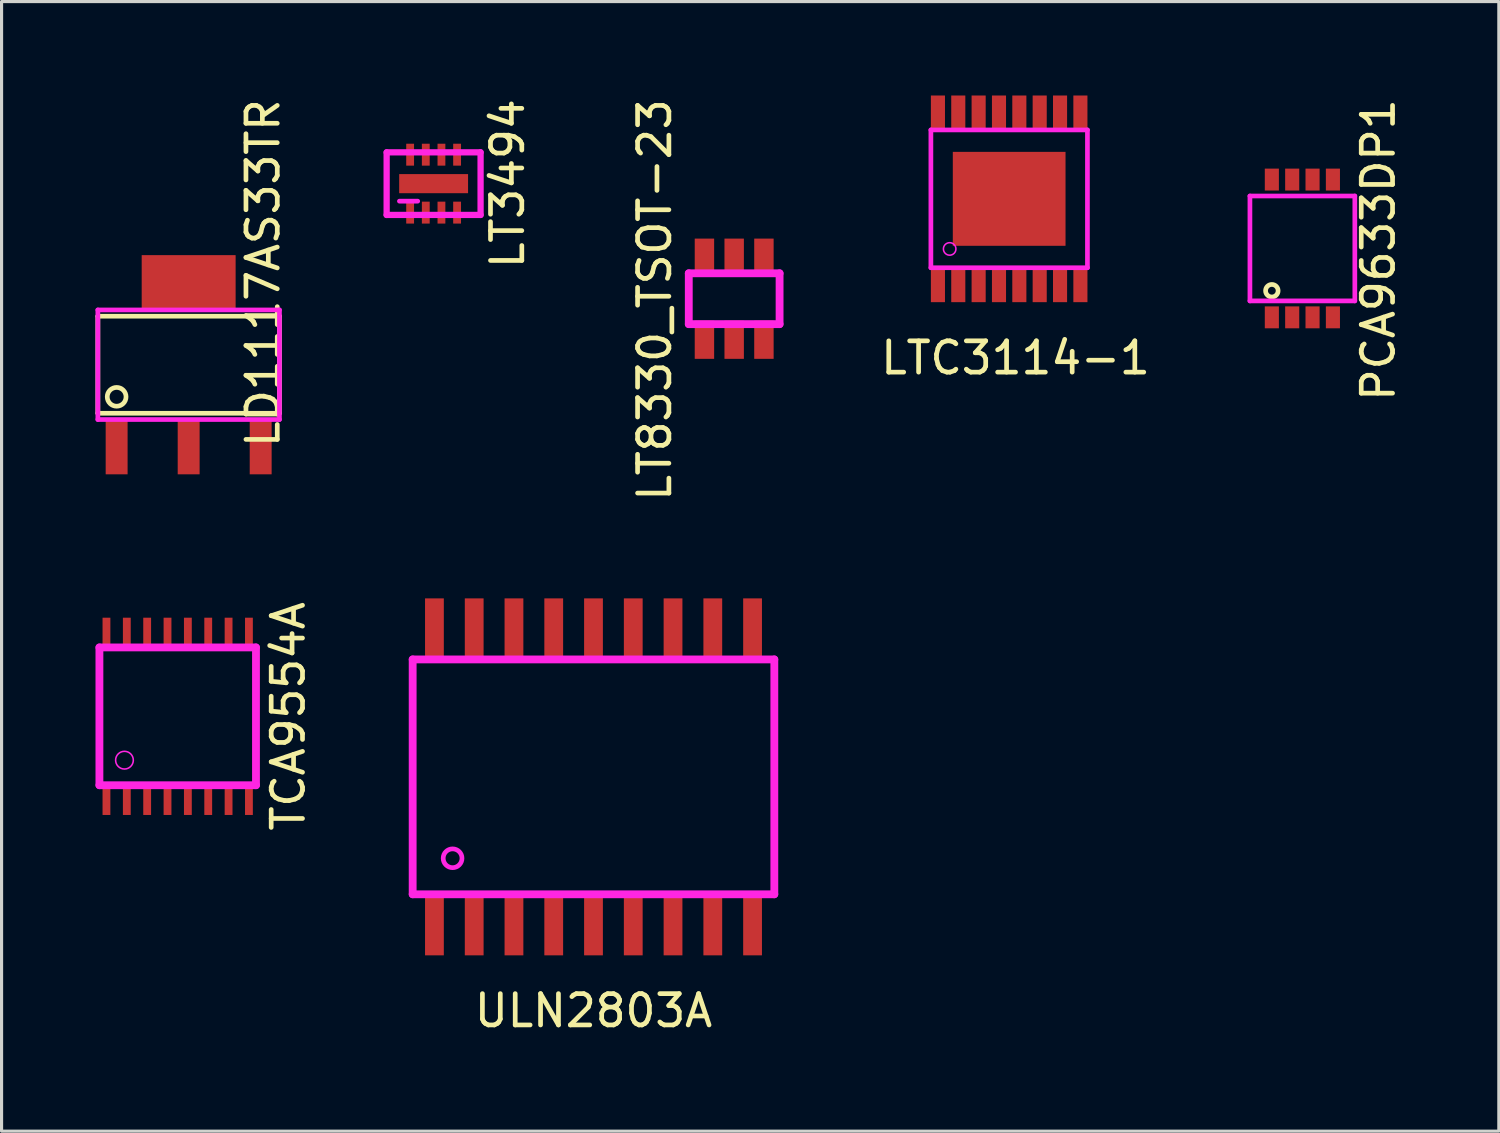
<source format=kicad_pcb>
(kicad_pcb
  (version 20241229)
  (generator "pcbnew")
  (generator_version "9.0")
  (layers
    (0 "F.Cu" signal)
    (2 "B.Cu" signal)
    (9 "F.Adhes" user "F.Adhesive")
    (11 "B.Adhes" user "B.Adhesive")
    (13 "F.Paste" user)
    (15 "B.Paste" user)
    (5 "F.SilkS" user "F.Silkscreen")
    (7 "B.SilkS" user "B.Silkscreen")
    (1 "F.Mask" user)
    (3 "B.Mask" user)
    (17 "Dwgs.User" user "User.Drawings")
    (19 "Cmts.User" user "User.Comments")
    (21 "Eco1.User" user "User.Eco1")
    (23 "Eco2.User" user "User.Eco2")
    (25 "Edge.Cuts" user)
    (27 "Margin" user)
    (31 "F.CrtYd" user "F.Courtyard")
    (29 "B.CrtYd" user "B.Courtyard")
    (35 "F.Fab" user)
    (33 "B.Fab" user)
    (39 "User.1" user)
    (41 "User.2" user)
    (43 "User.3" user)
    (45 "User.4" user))
  (footprint "ULN2803A"
    (layer "F.Cu")
    (at 15.904 21.76)
    (property "Reference" "ULN2803A" (at 0 7.468 0) (layer "F.SilkS") (effects (font (size 1 1) (thickness 0.15))))
    (attr through_hole)
    (fp_line (start -5.775 -3.75) (end 5.775 -3.75) (stroke (width 0.25) (type solid)) (layer "F.CrtYd"))
    (fp_line (start -5.775 3.75) (end -5.775 -3.75) (stroke (width 0.25) (type solid)) (layer "F.CrtYd"))
    (fp_line (start -5.775 3.75) (end 5.775 3.75) (stroke (width 0.25) (type solid)) (layer "F.CrtYd"))
    (fp_line (start 5.775 -3.75) (end 5.775 3.75) (stroke (width 0.25) (type solid)) (layer "F.CrtYd"))
    (fp_circle (center -4.5 2.6) (end -4.8 2.6) (stroke (width 0.15) (type solid)) (fill no) (layer "F.CrtYd"))
    (pad "1" smd rect (at -5.08 4.7) (size 0.6 2) (layers "F.Cu" "F.Mask" "F.Paste"))
    (pad "2" smd rect (at -3.81 4.7) (size 0.6 2) (layers "F.Cu" "F.Mask" "F.Paste"))
    (pad "3" smd rect (at -2.54 4.7) (size 0.6 2) (layers "F.Cu" "F.Mask" "F.Paste"))
    (pad "4" smd rect (at -1.27 4.7) (size 0.6 2) (layers "F.Cu" "F.Mask" "F.Paste"))
    (pad "5" smd rect (at 0 4.7) (size 0.6 2) (layers "F.Cu" "F.Mask" "F.Paste"))
    (pad "6" smd rect (at 1.27 4.7) (size 0.6 2) (layers "F.Cu" "F.Mask" "F.Paste"))
    (pad "7" smd rect (at 2.54 4.7) (size 0.6 2) (layers "F.Cu" "F.Mask" "F.Paste"))
    (pad "8" smd rect (at 3.81 4.7) (size 0.6 2) (layers "F.Cu" "F.Mask" "F.Paste"))
    (pad "9" smd rect (at 5.08 4.7) (size 0.6 2) (layers "F.Cu" "F.Mask" "F.Paste"))
    (pad "10" smd rect (at 5.08 -4.7) (size 0.6 2) (layers "F.Cu" "F.Mask" "F.Paste"))
    (pad "11" smd rect (at 3.81 -4.7) (size 0.6 2) (layers "F.Cu" "F.Mask" "F.Paste"))
    (pad "12" smd rect (at 2.54 -4.7) (size 0.6 2) (layers "F.Cu" "F.Mask" "F.Paste"))
    (pad "13" smd rect (at 1.27 -4.7) (size 0.6 2) (layers "F.Cu" "F.Mask" "F.Paste"))
    (pad "14" smd rect (at 0 -4.7) (size 0.6 2) (layers "F.Cu" "F.Mask" "F.Paste"))
    (pad "15" smd rect (at -1.27 -4.7) (size 0.6 2) (layers "F.Cu" "F.Mask" "F.Paste"))
    (pad "16" smd rect (at -2.54 -4.7) (size 0.6 2) (layers "F.Cu" "F.Mask" "F.Paste"))
    (pad "17" smd rect (at -3.81 -4.7) (size 0.6 2) (layers "F.Cu" "F.Mask" "F.Paste"))
    (pad "18" smd rect (at -5.08 -4.7) (size 0.6 2) (layers "F.Cu" "F.Mask" "F.Paste")))
  (footprint "LT8330_TSOT-23"
    (layer "F.Cu")
    (at 20.397 6.49)
    (property "Reference" "LT8330_TSOT-23" (at -2.54 0.04 90) (layer "F.SilkS") (effects (font (size 1 1) (thickness 0.15))))
    (attr through_hole)
    (fp_line (start -1.45 -0.812) (end 1.45 -0.812) (stroke (width 0.25) (type solid)) (layer "F.CrtYd"))
    (fp_line (start -1.45 0.812) (end -1.45 -0.812) (stroke (width 0.25) (type solid)) (layer "F.CrtYd"))
    (fp_line (start -1.45 0.812) (end 1.45 0.812) (stroke (width 0.25) (type solid)) (layer "F.CrtYd"))
    (fp_line (start 1.45 0.812) (end 1.45 -0.812) (stroke (width 0.25) (type solid)) (layer "F.CrtYd"))
    (pad "1" smd rect (at -0.95 1.31) (size 0.62 1.22) (layers "F.Cu" "F.Mask" "F.Paste"))
    (pad "2" smd rect (at 0 1.31) (size 0.62 1.22) (layers "F.Cu" "F.Mask" "F.Paste"))
    (pad "3" smd rect (at 0.95 1.31) (size 0.62 1.22) (layers "F.Cu" "F.Mask" "F.Paste"))
    (pad "4" smd rect (at 0.95 -1.31) (size 0.62 1.22) (layers "F.Cu" "F.Mask" "F.Paste"))
    (pad "5" smd rect (at 0 -1.31) (size 0.62 1.22) (layers "F.Cu" "F.Mask" "F.Paste"))
    (pad "6" smd rect (at -0.95 -1.31) (size 0.62 1.22) (layers "F.Cu" "F.Mask" "F.Paste")))
  (footprint "LD1117AS33TR"
    (layer "F.Cu")
    (at 0.675 11.223)
    (property "Reference" "LD1117AS33TR" (at 4.675 -5.55 90) (layer "F.SilkS") (effects (font (size 1 1) (thickness 0.15))))
    (attr through_hole)
    (fp_line (start -0.6 -4.175) (end -0.6 -1.075) (stroke (width 0.15) (type solid)) (layer "F.SilkS"))
    (fp_line (start -0.6 -1.075) (end 5.2 -1.075) (stroke (width 0.15) (type solid)) (layer "F.SilkS"))
    (fp_line (start 5.2 -4.175) (end -0.6 -4.175) (stroke (width 0.15) (type solid)) (layer "F.SilkS"))
    (fp_line (start 5.2 -1.075) (end 5.2 -4.175) (stroke (width 0.15) (type solid)) (layer "F.SilkS"))
    (fp_circle (center 0 -1.6) (end 0 -1.9) (stroke (width 0.15) (type solid)) (fill no) (layer "F.SilkS"))
    (fp_line (start -0.6 -4.375) (end 5.2 -4.375) (stroke (width 0.15) (type solid)) (layer "F.CrtYd"))
    (fp_line (start -0.6 -0.875) (end -0.6 -4.374) (stroke (width 0.15) (type solid)) (layer "F.CrtYd"))
    (fp_line (start -0.6 -0.875) (end 5.2 -0.875) (stroke (width 0.15) (type solid)) (layer "F.CrtYd"))
    (fp_line (start 5.2 -4.375) (end 5.2 -0.875) (stroke (width 0.15) (type solid)) (layer "F.CrtYd"))
    (pad "1" smd rect (at 0 0) (size 0.7 1.75) (layers "F.Cu" "F.Mask" "F.Paste"))
    (pad "2" smd rect (at 2.3 0) (size 0.7 1.75) (layers "F.Cu" "F.Mask" "F.Paste"))
    (pad "3" smd rect (at 4.6 0) (size 0.7 1.75) (layers "F.Cu" "F.Mask" "F.Paste"))
    (pad "4" smd rect (at 2.3 -5.25) (size 3 1.75) (layers "F.Cu" "F.Mask" "F.Paste")))
  (footprint "TCA9554A"
    (layer "F.Cu")
    (at 2.625 19.827)
    (property "Reference" "TCA9554A" (at 3.531 0 90) (layer "F.SilkS") (effects (font (size 1 1) (thickness 0.15))))
    (attr through_hole)
    (fp_line (start -2.5 -2.2) (end -2.5 2.2) (stroke (width 0.25) (type solid)) (layer "F.CrtYd"))
    (fp_line (start -2.5 -2.2) (end 2.5 -2.2) (stroke (width 0.25) (type solid)) (layer "F.CrtYd"))
    (fp_line (start -2.5 2.2) (end 2.5 2.2) (stroke (width 0.25) (type solid)) (layer "F.CrtYd"))
    (fp_line (start 2.5 2.2) (end 2.5 -2.2) (stroke (width 0.25) (type solid)) (layer "F.CrtYd"))
    (fp_circle (center -1.7 1.4) (end -1.9 1.6) (stroke (width 0.05) (type solid)) (fill no) (layer "F.CrtYd"))
    (pad "1" smd rect (at -2.275 2.675) (size 0.25 0.95) (layers "F.Cu" "F.Mask" "F.Paste"))
    (pad "2" smd rect (at -1.625 2.675) (size 0.25 0.95) (layers "F.Cu" "F.Mask" "F.Paste"))
    (pad "3" smd rect (at -0.975 2.675) (size 0.25 0.95) (layers "F.Cu" "F.Mask" "F.Paste"))
    (pad "4" smd rect (at -0.325 2.675) (size 0.25 0.95) (layers "F.Cu" "F.Mask" "F.Paste"))
    (pad "5" smd rect (at 0.325 2.675) (size 0.25 0.95) (layers "F.Cu" "F.Mask" "F.Paste"))
    (pad "6" smd rect (at 0.975 2.675) (size 0.25 0.95) (layers "F.Cu" "F.Mask" "F.Paste"))
    (pad "7" smd rect (at 1.625 2.675) (size 0.25 0.95) (layers "F.Cu" "F.Mask" "F.Paste"))
    (pad "8" smd rect (at 2.275 2.675) (size 0.25 0.95) (layers "F.Cu" "F.Mask" "F.Paste"))
    (pad "9" smd rect (at 2.275 -2.675) (size 0.25 0.95) (layers "F.Cu" "F.Mask" "F.Paste"))
    (pad "10" smd rect (at 1.625 -2.675) (size 0.25 0.95) (layers "F.Cu" "F.Mask" "F.Paste"))
    (pad "11" smd rect (at 0.975 -2.675) (size 0.25 0.95) (layers "F.Cu" "F.Mask" "F.Paste"))
    (pad "12" smd rect (at 0.325 -2.675) (size 0.25 0.95) (layers "F.Cu" "F.Mask" "F.Paste"))
    (pad "13" smd rect (at -0.325 -2.675) (size 0.25 0.95) (layers "F.Cu" "F.Mask" "F.Paste"))
    (pad "14" smd rect (at -0.975 -2.675) (size 0.25 0.95) (layers "F.Cu" "F.Mask" "F.Paste"))
    (pad "15" smd rect (at -1.625 -2.675) (size 0.25 0.95) (layers "F.Cu" "F.Mask" "F.Paste"))
    (pad "16" smd rect (at -2.275 -2.675) (size 0.25 0.95) (layers "F.Cu" "F.Mask" "F.Paste")))
  (footprint "LTC3114-1"
    (layer "F.Cu")
    (at 29.179 3.3)
    (property "Reference" "LTC3114-1" (at 0.203 5.08 0) (layer "F.SilkS") (effects (font (size 1 1) (thickness 0.15))))
    (attr through_hole)
    (fp_line (start -2.5 -2.2) (end -2.5 2.2) (stroke (width 0.15) (type solid)) (layer "F.CrtYd"))
    (fp_line (start -2.5 -2.2) (end 2.5 -2.2) (stroke (width 0.15) (type solid)) (layer "F.CrtYd"))
    (fp_line (start -2.5 2.2) (end 2.5 2.2) (stroke (width 0.15) (type solid)) (layer "F.CrtYd"))
    (fp_line (start 2.5 -2.2) (end 2.5 2.2) (stroke (width 0.15) (type solid)) (layer "F.CrtYd"))
    (fp_circle (center -1.9 1.6) (end -2.1 1.6) (stroke (width 0.05) (type solid)) (fill no) (layer "F.CrtYd"))
    (pad "1" smd rect (at -2.275 2.775) (size 0.45 1.05) (layers "F.Cu" "F.Mask" "F.Paste"))
    (pad "2" smd rect (at -1.625 2.775) (size 0.45 1.05) (layers "F.Cu" "F.Mask" "F.Paste"))
    (pad "3" smd rect (at -0.975 2.775) (size 0.45 1.05) (layers "F.Cu" "F.Mask" "F.Paste"))
    (pad "4" smd rect (at -0.325 2.775) (size 0.45 1.05) (layers "F.Cu" "F.Mask" "F.Paste"))
    (pad "5" smd rect (at 0.325 2.775) (size 0.45 1.05) (layers "F.Cu" "F.Mask" "F.Paste"))
    (pad "6" smd rect (at 0.975 2.775) (size 0.45 1.05) (layers "F.Cu" "F.Mask" "F.Paste"))
    (pad "7" smd rect (at 1.625 2.775) (size 0.45 1.05) (layers "F.Cu" "F.Mask" "F.Paste"))
    (pad "8" smd rect (at 2.275 2.775) (size 0.45 1.05) (layers "F.Cu" "F.Mask" "F.Paste"))
    (pad "9" smd rect (at 2.275 -2.775) (size 0.45 1.05) (layers "F.Cu" "F.Mask" "F.Paste"))
    (pad "10" smd rect (at 1.625 -2.775) (size 0.45 1.05) (layers "F.Cu" "F.Mask" "F.Paste"))
    (pad "11" smd rect (at 0.975 -2.775) (size 0.45 1.05) (layers "F.Cu" "F.Mask" "F.Paste"))
    (pad "12" smd rect (at 0.325 -2.775) (size 0.45 1.05) (layers "F.Cu" "F.Mask" "F.Paste"))
    (pad "13" smd rect (at -0.325 -2.775) (size 0.45 1.05) (layers "F.Cu" "F.Mask" "F.Paste"))
    (pad "14" smd rect (at -0.975 -2.775) (size 0.45 1.05) (layers "F.Cu" "F.Mask" "F.Paste"))
    (pad "15" smd rect (at -1.625 -2.775) (size 0.45 1.05) (layers "F.Cu" "F.Mask" "F.Paste"))
    (pad "16" smd rect (at -2.275 -2.775) (size 0.45 1.05) (layers "F.Cu" "F.Mask" "F.Paste"))
    (pad "17" smd rect (at 0 0) (size 3.6 3) (layers "F.Cu" "F.Mask" "F.Paste")))
  (footprint "LT3494"
    (layer "F.Cu")
    (at 10.798 2.815)
    (property "Reference" "LT3494" (at 2.362 0 90) (layer "F.SilkS") (effects (font (size 1 1) (thickness 0.15))))
    (attr through_hole)
    (fp_line (start -1.5 -1) (end 1.5 -1) (stroke (width 0.2) (type solid)) (layer "F.CrtYd"))
    (fp_line (start -1.5 1) (end -1.5 -1) (stroke (width 0.2) (type solid)) (layer "F.CrtYd"))
    (fp_line (start -1.5 1) (end 1.5 1) (stroke (width 0.2) (type solid)) (layer "F.CrtYd"))
    (fp_line (start -1.092 0.559) (end -0.508 0.559) (stroke (width 0.15) (type solid)) (layer "F.CrtYd"))
    (fp_line (start 1.5 -1) (end 1.5 1) (stroke (width 0.2) (type solid)) (layer "F.CrtYd"))
    (pad "1" smd rect (at -0.75 0.925) (size 0.25 0.7) (layers "F.Cu" "F.Mask" "F.Paste"))
    (pad "2" smd rect (at -0.25 0.925) (size 0.25 0.7) (layers "F.Cu" "F.Mask" "F.Paste"))
    (pad "3" smd rect (at 0.25 0.925) (size 0.25 0.7) (layers "F.Cu" "F.Mask" "F.Paste"))
    (pad "4" smd rect (at 0.75 0.925) (size 0.25 0.7) (layers "F.Cu" "F.Mask" "F.Paste"))
    (pad "5" smd rect (at 0.75 -0.925) (size 0.25 0.7) (layers "F.Cu" "F.Mask" "F.Paste"))
    (pad "6" smd rect (at 0.25 -0.925) (size 0.25 0.7) (layers "F.Cu" "F.Mask" "F.Paste"))
    (pad "7" smd rect (at -0.25 -0.925) (size 0.25 0.7) (layers "F.Cu" "F.Mask" "F.Paste"))
    (pad "8" smd rect (at -0.75 -0.925) (size 0.25 0.7) (layers "F.Cu" "F.Mask" "F.Paste"))
    (pad "9" smd rect (at 0 0) (size 2.2 0.61) (layers "F.Cu" "F.Mask" "F.Paste")))
  (footprint "PCA9633DP1"
    (layer "F.Cu")
    (at 37.568 7.085)
    (property "Reference" "PCA9633DP1" (at 3.4 -2.15 90) (layer "F.SilkS") (effects (font (size 1 1) (thickness 0.15))))
    (attr through_hole)
    (fp_line (start -0.7 -3.875) (end -0.7 -0.525) (stroke (width 0.1) (type solid)) (layer "F.SilkS"))
    (fp_line (start -0.7 -0.525) (end 2.65 -0.525) (stroke (width 0.1) (type solid)) (layer "F.SilkS"))
    (fp_line (start 2.65 -3.875) (end -0.7 -3.875) (stroke (width 0.1) (type solid)) (layer "F.SilkS"))
    (fp_line (start 2.65 -0.525) (end 2.65 -3.875) (stroke (width 0.1) (type solid)) (layer "F.SilkS"))
    (fp_circle (center 0 -0.85) (end 0 -0.65) (stroke (width 0.15) (type solid)) (fill no) (layer "F.SilkS"))
    (fp_line (start -0.7 -3.875) (end -0.7 -0.525) (stroke (width 0.15) (type solid)) (layer "F.CrtYd"))
    (fp_line (start -0.7 -0.525) (end 2.65 -0.525) (stroke (width 0.15) (type solid)) (layer "F.CrtYd"))
    (fp_line (start 2.65 -3.875) (end -0.7 -3.875) (stroke (width 0.15) (type solid)) (layer "F.CrtYd"))
    (fp_line (start 2.65 -0.525) (end 2.65 -3.875) (stroke (width 0.15) (type solid)) (layer "F.CrtYd"))
    (pad "1" smd rect (at 0 0) (size 0.45 0.7) (layers "F.Cu" "F.Mask" "F.Paste"))
    (pad "2" smd rect (at 0.65 0) (size 0.45 0.7) (layers "F.Cu" "F.Mask" "F.Paste"))
    (pad "3" smd rect (at 1.3 0) (size 0.45 0.7) (layers "F.Cu" "F.Mask" "F.Paste"))
    (pad "4" smd rect (at 1.95 0) (size 0.45 0.7) (layers "F.Cu" "F.Mask" "F.Paste"))
    (pad "5" smd rect (at 1.95 -4.4) (size 0.45 0.7) (layers "F.Cu" "F.Mask" "F.Paste"))
    (pad "6" smd rect (at 1.3 -4.4) (size 0.45 0.7) (layers "F.Cu" "F.Mask" "F.Paste"))
    (pad "7" smd rect (at 0.65 -4.4) (size 0.45 0.7) (layers "F.Cu" "F.Mask" "F.Paste"))
    (pad "8" smd rect (at 0 -4.4) (size 0.45 0.7) (layers "F.Cu" "F.Mask" "F.Paste")))
  (gr_rect
    (start -3 -3)
    (end 44.817 33.075)
    (stroke (width 0.1) (type default))
    (fill no)
    (layer "Edge.Cuts")))
</source>
